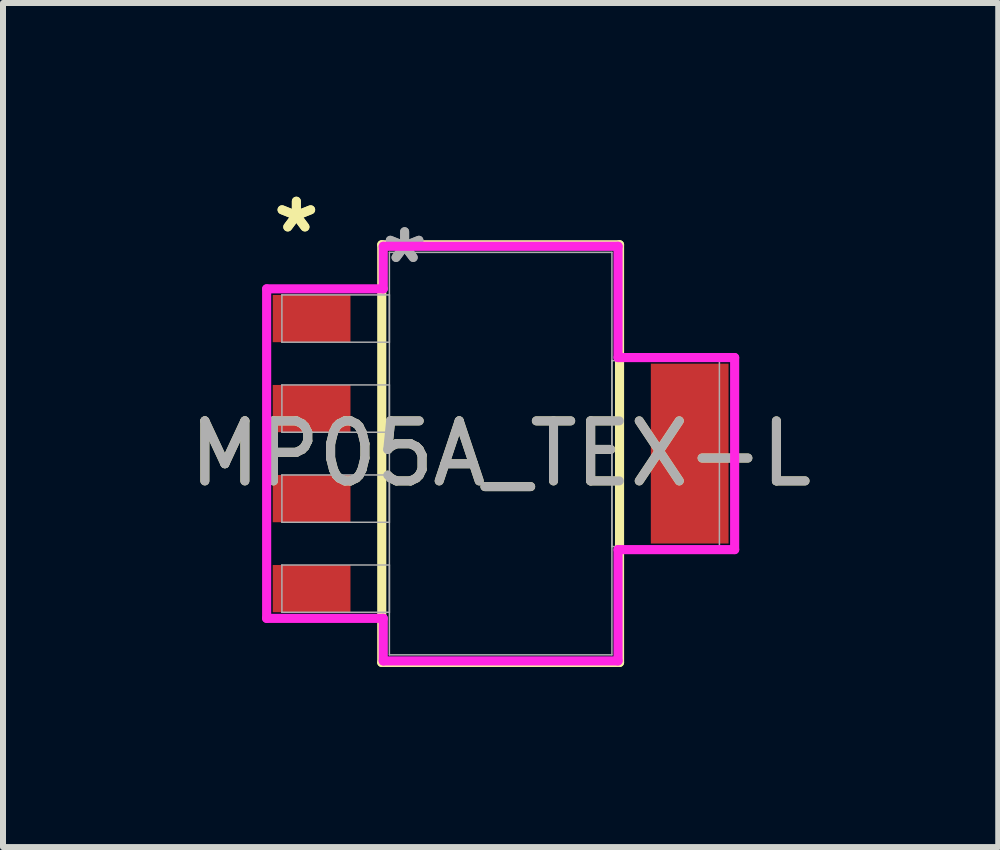
<source format=kicad_pcb>
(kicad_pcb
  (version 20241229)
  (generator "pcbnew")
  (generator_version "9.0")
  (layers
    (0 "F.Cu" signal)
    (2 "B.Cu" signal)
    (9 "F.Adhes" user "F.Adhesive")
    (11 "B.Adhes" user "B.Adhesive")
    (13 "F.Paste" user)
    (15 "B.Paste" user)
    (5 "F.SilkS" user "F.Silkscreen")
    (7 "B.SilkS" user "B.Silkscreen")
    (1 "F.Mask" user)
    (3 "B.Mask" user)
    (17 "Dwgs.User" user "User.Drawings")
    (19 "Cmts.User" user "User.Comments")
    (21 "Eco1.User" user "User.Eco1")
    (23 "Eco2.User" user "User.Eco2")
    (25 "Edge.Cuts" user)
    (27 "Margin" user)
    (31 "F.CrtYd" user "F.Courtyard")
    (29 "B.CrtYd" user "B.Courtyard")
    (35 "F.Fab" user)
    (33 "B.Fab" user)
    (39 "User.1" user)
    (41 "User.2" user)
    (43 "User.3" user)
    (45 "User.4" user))
  (footprint "MP05A_TEX-L"
    (layer "F.Cu")
    (at 5.292 4.508)
    (property "Reference" "MP05A_TEX-L" (at 0 0 0) (unlocked yes) (layer "F.SilkS") (effects (font (size 1 1) (thickness 0.15))))
    (attr smd)
    (fp_line (start -1.981 -3.48) (end -1.981 3.48) (stroke (width 0.152) (type solid)) (layer "F.SilkS"))
    (fp_line (start -1.981 3.48) (end 1.981 3.48) (stroke (width 0.152) (type solid)) (layer "F.SilkS"))
    (fp_line (start 1.981 -3.48) (end -1.981 -3.48) (stroke (width 0.152) (type solid)) (layer "F.SilkS"))
    (fp_line (start 1.981 3.48) (end 1.981 -3.48) (stroke (width 0.152) (type solid)) (layer "F.SilkS"))
    (fp_line (start -3.899 -2.745) (end -1.956 -2.745) (stroke (width 0.152) (type solid)) (layer "F.CrtYd"))
    (fp_line (start -3.899 2.745) (end -3.899 -2.745) (stroke (width 0.152) (type solid)) (layer "F.CrtYd"))
    (fp_line (start -1.956 -3.454) (end 1.956 -3.454) (stroke (width 0.152) (type solid)) (layer "F.CrtYd"))
    (fp_line (start -1.956 -2.745) (end -1.956 -3.454) (stroke (width 0.152) (type solid)) (layer "F.CrtYd"))
    (fp_line (start -1.956 2.745) (end -3.899 2.745) (stroke (width 0.152) (type solid)) (layer "F.CrtYd"))
    (fp_line (start -1.956 3.454) (end -1.956 2.745) (stroke (width 0.152) (type solid)) (layer "F.CrtYd"))
    (fp_line (start 1.956 -3.454) (end 1.956 -1.6) (stroke (width 0.152) (type solid)) (layer "F.CrtYd"))
    (fp_line (start 1.956 -1.6) (end 3.899 -1.6) (stroke (width 0.152) (type solid)) (layer "F.CrtYd"))
    (fp_line (start 1.956 1.6) (end 1.956 3.454) (stroke (width 0.152) (type solid)) (layer "F.CrtYd"))
    (fp_line (start 1.956 3.454) (end -1.956 3.454) (stroke (width 0.152) (type solid)) (layer "F.CrtYd"))
    (fp_line (start 3.899 -1.6) (end 3.899 1.6) (stroke (width 0.152) (type solid)) (layer "F.CrtYd"))
    (fp_line (start 3.899 1.6) (end 1.956 1.6) (stroke (width 0.152) (type solid)) (layer "F.CrtYd"))
    (fp_line (start -3.645 -2.644) (end -3.645 -1.856) (stroke (width 0.025) (type solid)) (layer "F.Fab"))
    (fp_line (start -3.645 -1.856) (end -1.854 -1.856) (stroke (width 0.025) (type solid)) (layer "F.Fab"))
    (fp_line (start -3.645 -1.144) (end -3.645 -0.356) (stroke (width 0.025) (type solid)) (layer "F.Fab"))
    (fp_line (start -3.645 -0.356) (end -1.854 -0.356) (stroke (width 0.025) (type solid)) (layer "F.Fab"))
    (fp_line (start -3.645 0.356) (end -3.645 1.144) (stroke (width 0.025) (type solid)) (layer "F.Fab"))
    (fp_line (start -3.645 1.144) (end -1.854 1.144) (stroke (width 0.025) (type solid)) (layer "F.Fab"))
    (fp_line (start -3.645 1.856) (end -3.645 2.644) (stroke (width 0.025) (type solid)) (layer "F.Fab"))
    (fp_line (start -3.645 2.644) (end -1.854 2.644) (stroke (width 0.025) (type solid)) (layer "F.Fab"))
    (fp_line (start -1.854 -3.353) (end -1.854 3.353) (stroke (width 0.025) (type solid)) (layer "F.Fab"))
    (fp_line (start -1.854 -2.644) (end -3.645 -2.644) (stroke (width 0.025) (type solid)) (layer "F.Fab"))
    (fp_line (start -1.854 -1.856) (end -1.854 -2.644) (stroke (width 0.025) (type solid)) (layer "F.Fab"))
    (fp_line (start -1.854 -1.144) (end -3.645 -1.144) (stroke (width 0.025) (type solid)) (layer "F.Fab"))
    (fp_line (start -1.854 -0.356) (end -1.854 -1.144) (stroke (width 0.025) (type solid)) (layer "F.Fab"))
    (fp_line (start -1.854 0.356) (end -3.645 0.356) (stroke (width 0.025) (type solid)) (layer "F.Fab"))
    (fp_line (start -1.854 1.144) (end -1.854 0.356) (stroke (width 0.025) (type solid)) (layer "F.Fab"))
    (fp_line (start -1.854 1.856) (end -3.645 1.856) (stroke (width 0.025) (type solid)) (layer "F.Fab"))
    (fp_line (start -1.854 2.644) (end -1.854 1.856) (stroke (width 0.025) (type solid)) (layer "F.Fab"))
    (fp_line (start -1.854 3.353) (end 1.854 3.353) (stroke (width 0.025) (type solid)) (layer "F.Fab"))
    (fp_line (start 1.854 -3.353) (end -1.854 -3.353) (stroke (width 0.025) (type solid)) (layer "F.Fab"))
    (fp_line (start 1.854 -1.549) (end 1.854 1.549) (stroke (width 0.025) (type solid)) (layer "F.Fab"))
    (fp_line (start 1.854 1.549) (end 3.645 1.549) (stroke (width 0.025) (type solid)) (layer "F.Fab"))
    (fp_line (start 1.854 3.353) (end 1.854 -3.353) (stroke (width 0.025) (type solid)) (layer "F.Fab"))
    (fp_line (start 3.645 -1.549) (end 1.854 -1.549) (stroke (width 0.025) (type solid)) (layer "F.Fab"))
    (fp_line (start 3.645 1.549) (end 3.645 -1.549) (stroke (width 0.025) (type solid)) (layer "F.Fab"))
    (fp_text user "*" (at -3.404 -3.66 0) (layer "F.SilkS") (effects (font (size 1 1) (thickness 0.15))))
    (fp_text user "*" (at -3.404 -3.66 0) (unlocked yes) (layer "F.SilkS") (effects (font (size 1 1) (thickness 0.15))))
    (fp_text user "*" (at -1.6 -3.152 0) (unlocked yes) (layer "F.Fab") (effects (font (size 1 1) (thickness 0.15))))
    (fp_text user "*" (at -1.6 -3.152 0) (layer "F.Fab") (effects (font (size 1 1) (thickness 0.15))))
    (fp_text user "${REFERENCE}" (at 0 0 0) (unlocked yes) (layer "F.Fab") (effects (font (size 1 1) (thickness 0.15))))
    (pad "1" smd rect (at -3.15 -2.25) (size 1.295 0.787) (layers "F.Cu" "F.Mask" "F.Paste"))
    (pad "2" smd rect (at -3.15 -0.75) (size 1.295 0.787) (layers "F.Cu" "F.Mask" "F.Paste"))
    (pad "3" smd rect (at -3.15 0.75) (size 1.295 0.787) (layers "F.Cu" "F.Mask" "F.Paste"))
    (pad "4" smd rect (at -3.15 2.25) (size 1.295 0.787) (layers "F.Cu" "F.Mask" "F.Paste"))
    (pad "5" smd rect (at 3.15 0) (size 1.295 2.997) (layers "F.Cu" "F.Mask" "F.Paste")))
  (gr_rect
    (start -3 -3)
    (end 13.583 11.064)
    (stroke (width 0.1) (type default))
    (fill no)
    (layer "Edge.Cuts")))
</source>
